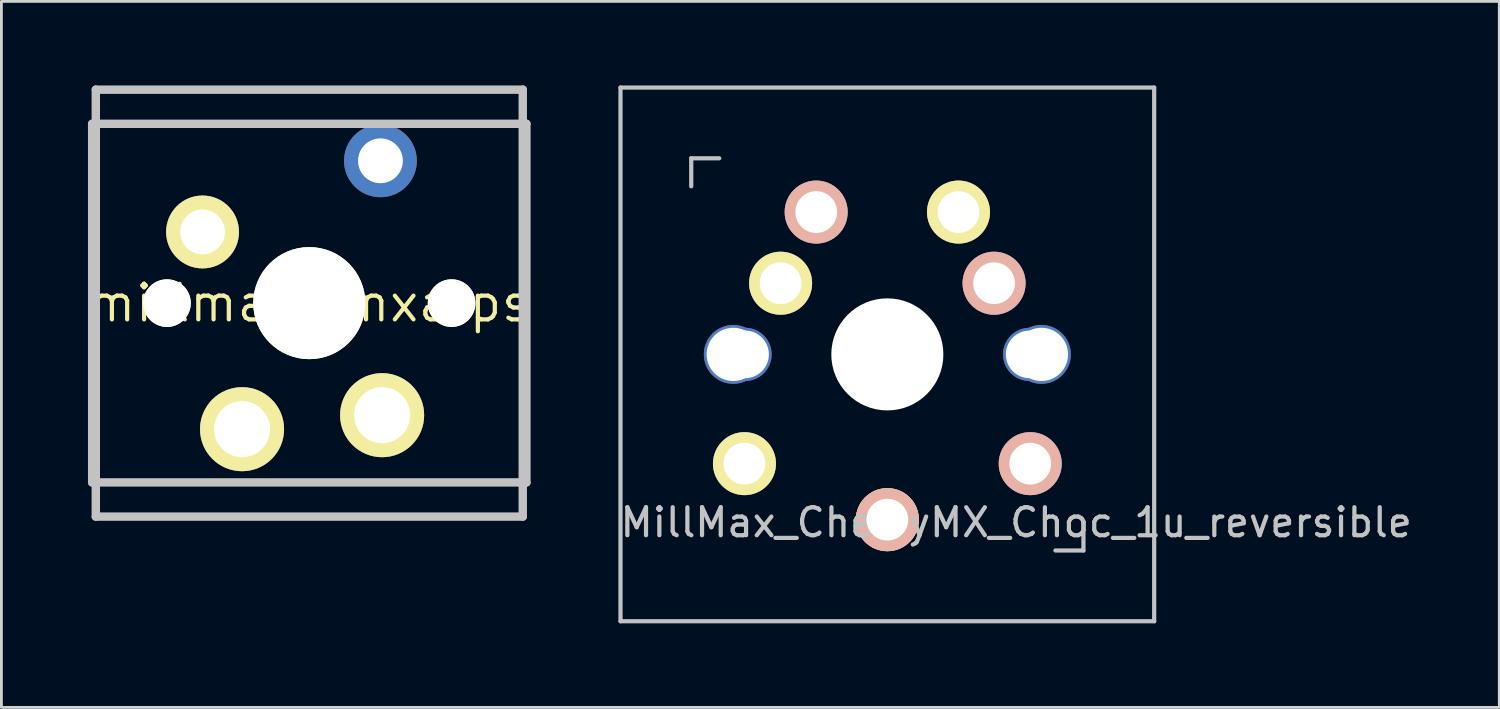
<source format=kicad_pcb>
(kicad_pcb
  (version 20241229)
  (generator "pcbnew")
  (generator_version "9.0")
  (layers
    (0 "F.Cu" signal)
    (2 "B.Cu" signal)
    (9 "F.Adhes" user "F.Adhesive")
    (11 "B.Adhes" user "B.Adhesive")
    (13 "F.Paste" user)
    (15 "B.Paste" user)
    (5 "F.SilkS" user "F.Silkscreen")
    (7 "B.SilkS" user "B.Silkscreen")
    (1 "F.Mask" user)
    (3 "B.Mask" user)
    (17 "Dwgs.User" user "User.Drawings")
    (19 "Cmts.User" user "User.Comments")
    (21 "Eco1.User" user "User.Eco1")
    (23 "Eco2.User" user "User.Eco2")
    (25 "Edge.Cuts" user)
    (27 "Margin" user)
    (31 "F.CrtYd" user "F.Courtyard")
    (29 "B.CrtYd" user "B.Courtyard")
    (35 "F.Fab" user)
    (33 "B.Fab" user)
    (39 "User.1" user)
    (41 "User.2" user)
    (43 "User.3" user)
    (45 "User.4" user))
  (footprint "millmax-mxalps"
    (layer "F.Cu")
    (at 7.99 7.77)
    (property "Reference" "millmax-mxalps" (at 0 0 0) (layer "F.SilkS") (effects (font (size 1.27 1.27) (thickness 0.15))))
    (attr through_hole)
    (fp_line (start -7.75 6.4) (end -7.75 -6.4) (stroke (width 0.3) (type solid)) (layer "Dwgs.User"))
    (fp_line (start -7.75 6.4) (end 7.75 6.4) (stroke (width 0.3) (type solid)) (layer "Dwgs.User"))
    (fp_line (start -7.62 -7.62) (end 7.62 -7.62) (stroke (width 0.3) (type solid)) (layer "Dwgs.User"))
    (fp_line (start -7.62 7.62) (end -7.62 -7.62) (stroke (width 0.3) (type solid)) (layer "Dwgs.User"))
    (fp_line (start 7.62 -7.62) (end 7.62 7.62) (stroke (width 0.3) (type solid)) (layer "Dwgs.User"))
    (fp_line (start 7.62 7.62) (end -7.62 7.62) (stroke (width 0.3) (type solid)) (layer "Dwgs.User"))
    (fp_line (start 7.75 -6.4) (end -7.75 -6.4) (stroke (width 0.3) (type solid)) (layer "Dwgs.User"))
    (fp_line (start 7.75 6.4) (end 7.75 -6.4) (stroke (width 0.3) (type solid)) (layer "Dwgs.User"))
    (pad "" np_thru_hole circle (at -5.08 0) (size 1.7 1.7) (drill 1.7) (layers "*.Cu" "*.Mask" "F.SilkS"))
    (pad "" np_thru_hole circle (at 0 0) (size 4 4) (drill 4) (layers "*.Cu" "*.Mask" "F.SilkS"))
    (pad "" np_thru_hole circle (at 5.08 0) (size 1.7 1.7) (drill 1.7) (layers "*.Cu" "*.Mask" "F.SilkS"))
    (pad "1" thru_hole circle (at -3.81 -2.54) (size 2.6 2.6) (drill 1.6) (layers "*.Cu" "*.Mask" "F.SilkS"))
    (pad "2" thru_hole circle (at 2.54 -5.08) (size 2.6 2.6) (drill 1.6) (layers "*.Cu" "*.Mask"))
    (pad "3" thru_hole circle (at -2.4 4.5) (size 3 3) (drill 2) (layers "*.Cu" "*.Mask" "F.SilkS"))
    (pad "4" thru_hole circle (at 2.6 4) (size 3 3) (drill 2) (layers "*.Cu" "*.Mask" "F.SilkS")))
  (footprint "MillMax_CherryMX_Choc_1u_reversible"
    (layer "F.Cu")
    (at 28.624 9.6)
    (property "Reference" "MillMax_CherryMX_Choc_1u_reversible" (at 4.6 6 180) (layer "Dwgs.User") (effects (font (size 1 1) (thickness 0.15))))
    (attr through_hole)
    (fp_line (start -9.525 -9.525) (end 9.525 -9.525) (stroke (width 0.15) (type solid)) (layer "Dwgs.User"))
    (fp_line (start -9.525 9.525) (end -9.525 -9.525) (stroke (width 0.15) (type solid)) (layer "Dwgs.User"))
    (fp_line (start -7 -7) (end -6 -7) (stroke (width 0.15) (type solid)) (layer "Dwgs.User"))
    (fp_line (start -7 -6) (end -7 -7) (stroke (width 0.15) (type solid)) (layer "Dwgs.User"))
    (fp_line (start 6 7) (end 7 7) (stroke (width 0.15) (type solid)) (layer "Dwgs.User"))
    (fp_line (start 7 7) (end 7 6) (stroke (width 0.15) (type solid)) (layer "Dwgs.User"))
    (fp_line (start 9.525 -9.525) (end 9.525 9.525) (stroke (width 0.15) (type solid)) (layer "Dwgs.User"))
    (fp_line (start 9.525 9.525) (end -9.525 9.525) (stroke (width 0.15) (type solid)) (layer "Dwgs.User"))
    (pad "" np_thru_hole circle (at -5.5 0 90) (size 2.1 2.1) (drill 1.9) (layers "*.Cu" "*.Mask"))
    (pad "" np_thru_hole circle (at -5.08 0) (size 1.9 1.9) (drill 1.7) (layers "*.Cu" "*.Mask"))
    (pad "" np_thru_hole circle (at 0 0 90) (size 4 4) (drill 4) (layers "*.Cu" "*.Mask"))
    (pad "" np_thru_hole circle (at 5.08 0) (size 1.9 1.9) (drill 1.7) (layers "*.Cu" "*.Mask"))
    (pad "" np_thru_hole circle (at 5.5 0 90) (size 2.1 2.1) (drill 1.9) (layers "*.Cu" "*.Mask"))
    (pad "1" thru_hole circle (at -5.1 3.9) (size 2.25 2.25) (drill 1.49) (layers "*.Cu" "B.Mask" "F.SilkS"))
    (pad "1" thru_hole circle (at -3.81 -2.54) (size 2.25 2.25) (drill 1.49) (layers "*.Cu" "B.Mask" "F.SilkS"))
    (pad "1" thru_hole circle (at 3.81 -2.54) (size 2.25 2.25) (drill 1.49) (layers "*.Cu" "F.Mask" "B.SilkS"))
    (pad "1" thru_hole circle (at 5.1 3.9) (size 2.25 2.25) (drill 1.49) (layers "*.Cu" "F.Mask" "B.SilkS"))
    (pad "2" thru_hole circle (at -2.54 -5.08) (size 2.25 2.25) (drill 1.49) (layers "*.Cu" "F.Mask" "B.SilkS"))
    (pad "2" thru_hole circle (at 0 5.9) (size 2.25 2.25) (drill 1.49) (layers "*.Cu" "*.SilkS" "*.Mask"))
    (pad "2" thru_hole circle (at 2.54 -5.08) (size 2.25 2.25) (drill 1.49) (layers "*.Cu" "B.Mask" "F.SilkS")))
  (gr_rect
    (start -3 -3)
    (end 50.468 22.2)
    (stroke (width 0.1) (type default))
    (fill no)
    (layer "Edge.Cuts")))
</source>
